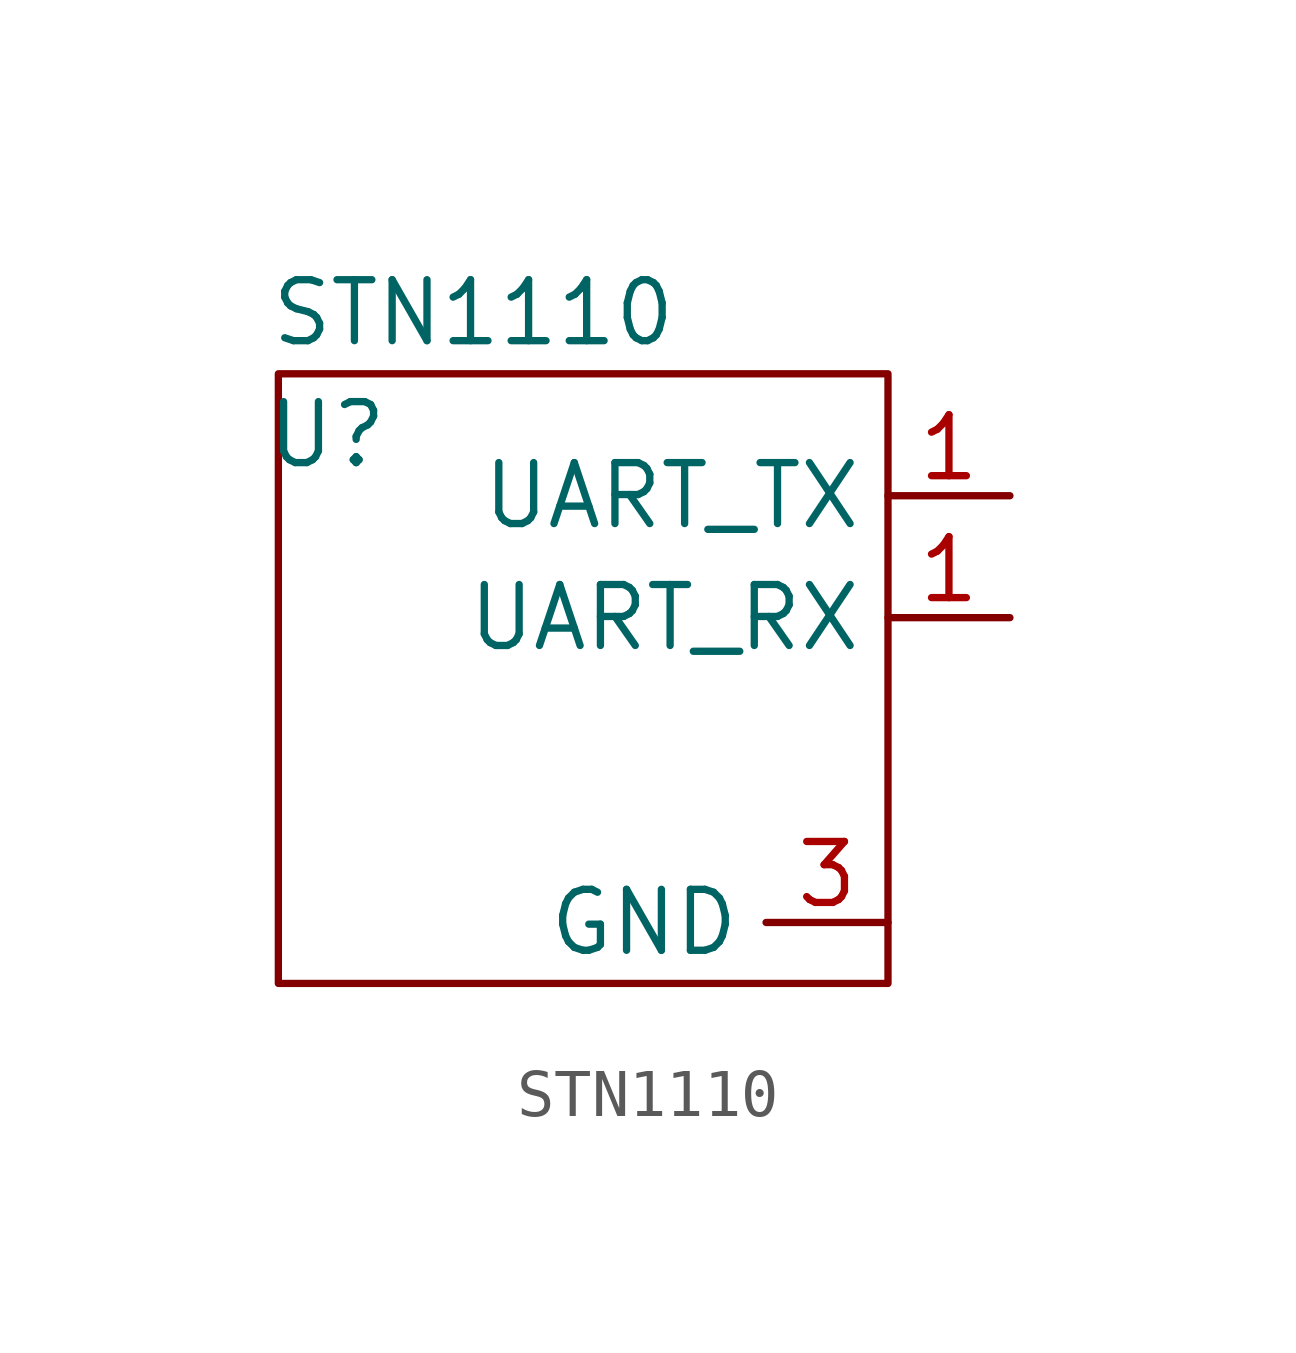
<source format=kicad_sym>
(kicad_symbol_lib
  (version 20241209)
  (generator "kicad_symbol_editor")
  (generator_version "9.0")
  (symbol "STN1110"
    (property "Reference" "U"
      (at -5.334 5.08 0)
      (effects (font (size 1.27 1.27))))
    (property "Value" "STN1110"
      (at -2.286 7.62 0)
      (effects (font (size 1.27 1.27))))
    (symbol "STN1110_0_1"
      (rectangle (start -6.35 6.35) (end 6.35 -6.35) (stroke (width 0) (type default)) (fill (type none))))
    (symbol "STN1110_1_1"
      (pin passive line (at 6.35 -5.08 180) (length 2.54) (name "GND" (effects (font (size 1.27 1.27)))) (number "3" (effects (font (size 1.27 1.27)))))
      (pin output line (at 8.89 3.81 180) (length 2.54) (name "UART_TX" (effects (font (size 1.27 1.27)))) (number "1" (effects (font (size 1.27 1.27)))))
      (pin input line (at 8.89 1.27 180) (length 2.54) (name "UART_RX" (effects (font (size 1.27 1.27)))) (number "1" (effects (font (size 1.27 1.27))))))))
</source>
